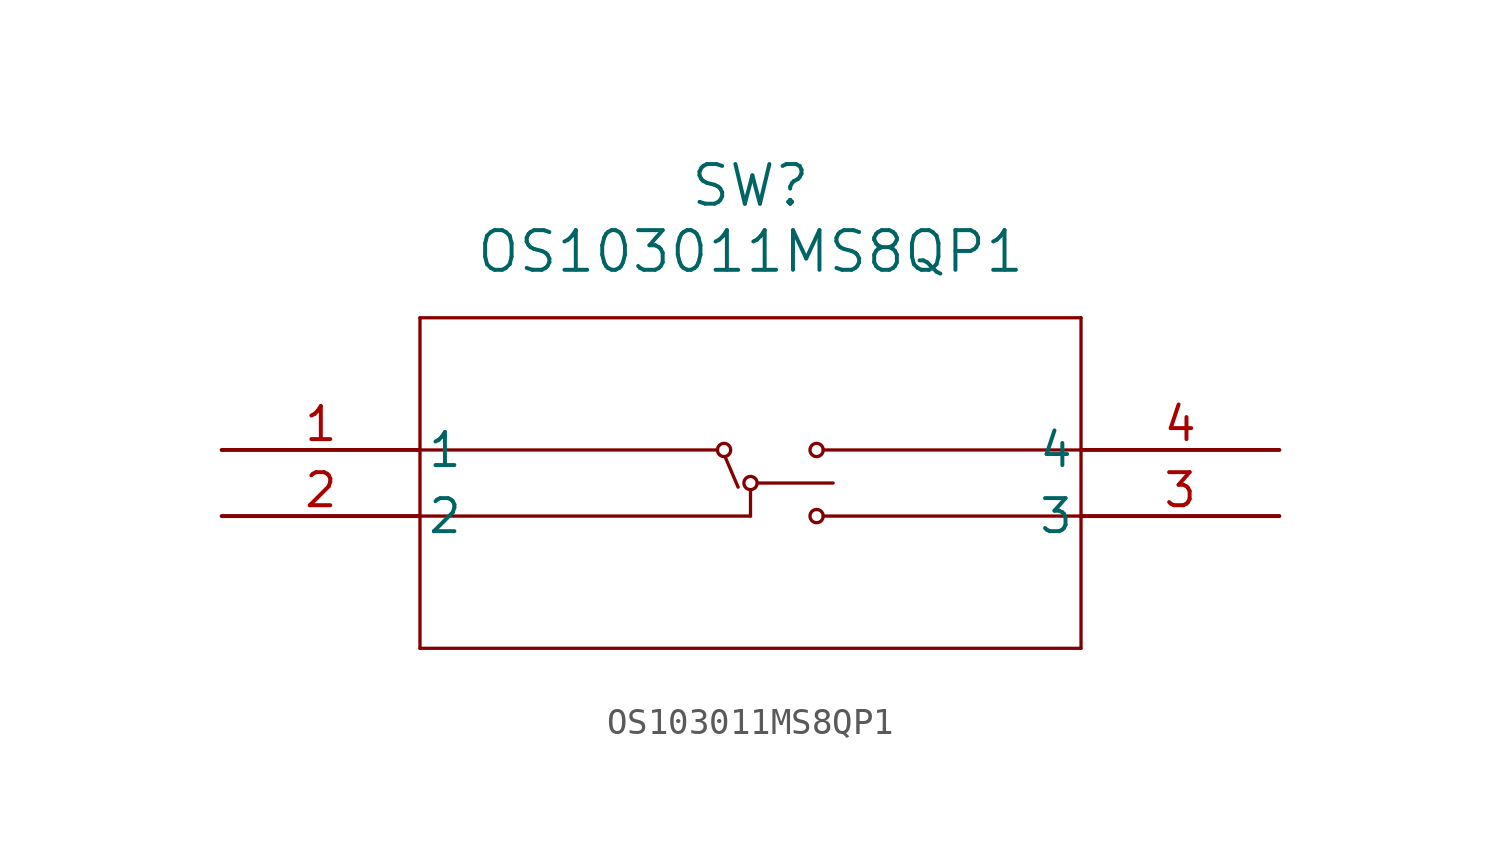
<source format=kicad_sym>
(kicad_symbol_lib
  (version 20211014)
  (generator kicad_symbol_editor)
  (symbol "OS103011MS8QP1"
    (pin_names
      (offset 0.254))
    (property "Reference" "SW"
      (at 20.32 10.16 0)
      (effects (font (size 1.524 1.524))))
    (property "Value" "OS103011MS8QP1"
      (at 20.32 7.62 0)
      (effects (font (size 1.524 1.524))))
    (symbol "OS103011MS8QP1_0_1"
      (polyline (pts (xy 7.62 5.08) (xy 7.62 -7.62)) (stroke (width 0.127) (type default) (color 0 0 0 0)) (fill (type none)))
      (polyline (pts (xy 7.62 -7.62) (xy 33.02 -7.62)) (stroke (width 0.127) (type default) (color 0 0 0 0)) (fill (type none)))
      (polyline (pts (xy 33.02 -7.62) (xy 33.02 5.08)) (stroke (width 0.127) (type default) (color 0 0 0 0)) (fill (type none)))
      (polyline (pts (xy 33.02 5.08) (xy 7.62 5.08)) (stroke (width 0.127) (type default) (color 0 0 0 0)) (fill (type none)))
      (polyline (pts (xy 7.62 0) (xy 19.05 0)) (stroke (width 0.127) (type default) (color 0 0 0 0)) (fill (type none)))
      (circle (center 22.86 0) (radius 0.254) (stroke (width 0.127) (type default) (color 0 0 0 0)) (fill (type none)))
      (circle (center 22.86 -2.54) (radius 0.254) (stroke (width 0.127) (type default) (color 0 0 0 0)) (fill (type none)))
      (polyline (pts (xy 33.02 -2.54) (xy 23.114 -2.54)) (stroke (width 0.127) (type default) (color 0 0 0 0)) (fill (type none)))
      (polyline (pts (xy 33.02 0) (xy 23.114 0)) (stroke (width 0.127) (type default) (color 0 0 0 0)) (fill (type none)))
      (polyline (pts (xy 19.367 -0.318) (xy 19.844 -1.429)) (stroke (width 0.127) (type default) (color 0 0 0 0)) (fill (type none)))
      (circle (center 20.32 -1.27) (radius 0.254) (stroke (width 0.127) (type default) (color 0 0 0 0)) (fill (type none)))
      (polyline (pts (xy 7.62 -2.54) (xy 20.32 -2.54)) (stroke (width 0.127) (type default) (color 0 0 0 0)) (fill (type none)))
      (polyline (pts (xy 20.32 -1.524) (xy 20.32 -2.54)) (stroke (width 0.127) (type default) (color 0 0 0 0)) (fill (type none)))
      (polyline (pts (xy 23.495 -1.27) (xy 20.637 -1.27)) (stroke (width 0.127) (type default) (color 0 0 0 0)) (fill (type none)))
      (circle (center 19.304 0) (radius 0.254) (stroke (width 0.127) (type default) (color 0 0 0 0)) (fill (type none)))
      (pin unspecified line (at 0 0 0) (length 7.62) (name "1" (effects (font (size 1.27 1.27)))) (number "1" (effects (font (size 1.27 1.27)))))
      (pin unspecified line (at 0 -2.54 0) (length 7.62) (name "2" (effects (font (size 1.27 1.27)))) (number "2" (effects (font (size 1.27 1.27)))))
      (pin unspecified line (at 40.64 -2.54 180) (length 7.62) (name "3" (effects (font (size 1.27 1.27)))) (number "3" (effects (font (size 1.27 1.27)))))
      (pin unspecified line (at 40.64 0 180) (length 7.62) (name "4" (effects (font (size 1.27 1.27)))) (number "4" (effects (font (size 1.27 1.27))))))))
</source>
